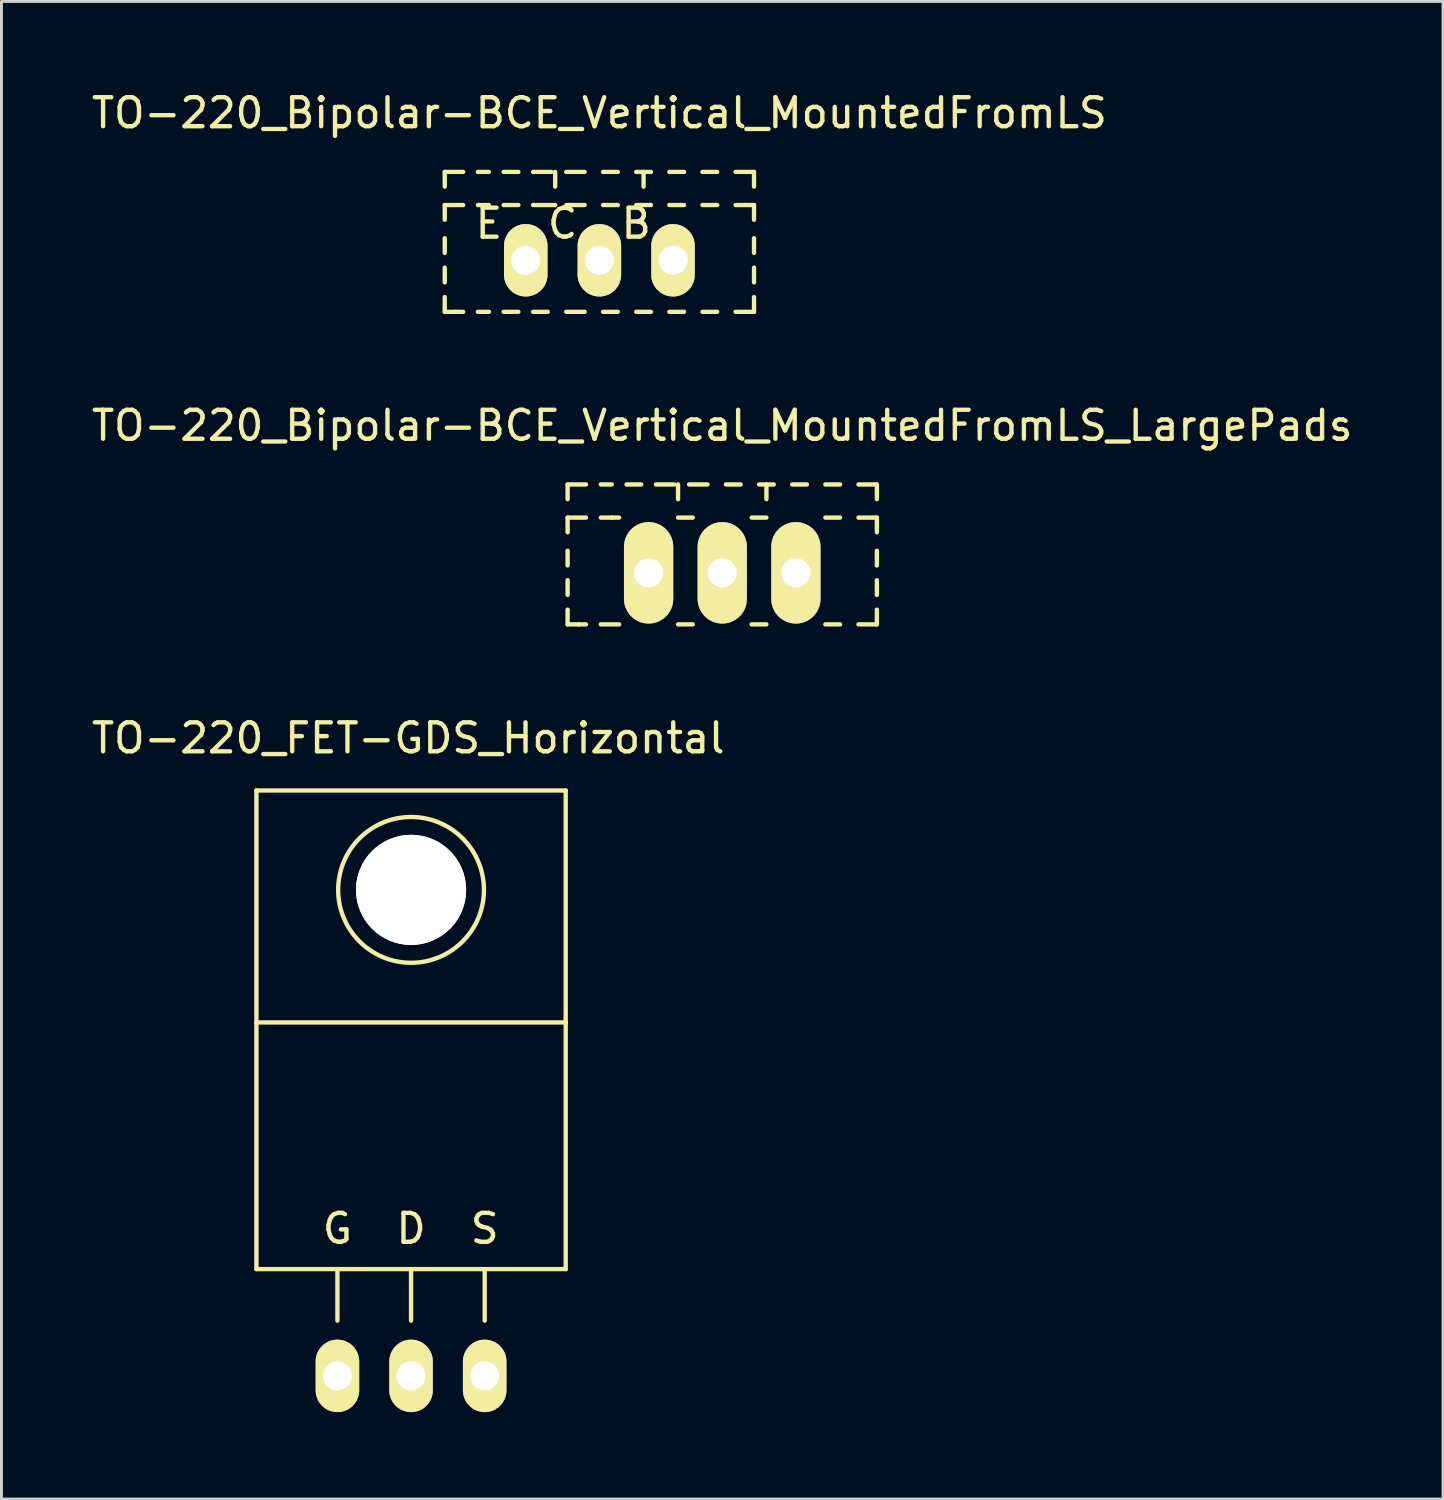
<source format=kicad_pcb>
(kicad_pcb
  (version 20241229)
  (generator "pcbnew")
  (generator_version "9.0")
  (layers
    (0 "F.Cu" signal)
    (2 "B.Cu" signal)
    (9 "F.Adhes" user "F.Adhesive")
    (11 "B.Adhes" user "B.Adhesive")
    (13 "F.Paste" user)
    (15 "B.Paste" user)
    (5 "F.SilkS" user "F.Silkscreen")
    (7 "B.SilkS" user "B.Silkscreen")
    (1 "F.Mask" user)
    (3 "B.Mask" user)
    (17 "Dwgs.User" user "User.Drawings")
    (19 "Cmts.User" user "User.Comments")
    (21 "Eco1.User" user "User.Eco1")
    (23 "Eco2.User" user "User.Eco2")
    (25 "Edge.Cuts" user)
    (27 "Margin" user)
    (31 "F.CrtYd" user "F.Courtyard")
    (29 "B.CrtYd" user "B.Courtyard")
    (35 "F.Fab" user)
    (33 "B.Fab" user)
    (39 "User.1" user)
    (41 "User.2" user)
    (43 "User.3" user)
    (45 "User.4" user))
  (footprint "TO-220_Bipolar-BCE_Vertical_MountedFromLS_LargePads"
    (layer "F.Cu")
    (at 21.863 16.709)
    (property "Reference" "TO-220_Bipolar-BCE_Vertical_MountedFromLS_LargePads" (at 0 -5.08 0) (layer "F.SilkS") (effects (font (size 1 1) (thickness 0.15))))
    (attr through_hole)
    (fp_line (start -5.334 -3.048) (end -4.699 -3.048) (stroke (width 0.15) (type solid)) (layer "F.SilkS"))
    (fp_line (start -5.334 -2.54) (end -5.334 -3.048) (stroke (width 0.15) (type solid)) (layer "F.SilkS"))
    (fp_line (start -5.334 -1.397) (end -5.334 -1.905) (stroke (width 0.15) (type solid)) (layer "F.SilkS"))
    (fp_line (start -5.334 -0.254) (end -5.334 -0.762) (stroke (width 0.15) (type solid)) (layer "F.SilkS"))
    (fp_line (start -5.334 0.762) (end -5.334 0.254) (stroke (width 0.15) (type solid)) (layer "F.SilkS"))
    (fp_line (start -5.334 1.778) (end -5.334 1.27) (stroke (width 0.15) (type solid)) (layer "F.SilkS"))
    (fp_line (start -5.334 1.778) (end -4.953 1.778) (stroke (width 0.15) (type solid)) (layer "F.SilkS"))
    (fp_line (start -4.953 1.778) (end -4.699 1.778) (stroke (width 0.15) (type solid)) (layer "F.SilkS"))
    (fp_line (start -4.699 -1.905) (end -5.334 -1.905) (stroke (width 0.15) (type solid)) (layer "F.SilkS"))
    (fp_line (start -4.191 -3.048) (end -3.81 -3.048) (stroke (width 0.15) (type solid)) (layer "F.SilkS"))
    (fp_line (start -3.81 -1.905) (end -4.191 -1.905) (stroke (width 0.15) (type solid)) (layer "F.SilkS"))
    (fp_line (start -3.81 -1.905) (end -3.556 -1.905) (stroke (width 0.15) (type solid)) (layer "F.SilkS"))
    (fp_line (start -3.556 1.778) (end -4.191 1.778) (stroke (width 0.15) (type solid)) (layer "F.SilkS"))
    (fp_line (start -3.302 -3.048) (end -2.794 -3.048) (stroke (width 0.15) (type solid)) (layer "F.SilkS"))
    (fp_line (start -2.286 -3.048) (end -1.651 -3.048) (stroke (width 0.15) (type solid)) (layer "F.SilkS"))
    (fp_line (start -1.524 -3.048) (end -1.524 -2.54) (stroke (width 0.15) (type solid)) (layer "F.SilkS"))
    (fp_line (start -1.524 -1.905) (end -1.016 -1.905) (stroke (width 0.15) (type solid)) (layer "F.SilkS"))
    (fp_line (start -1.143 -3.048) (end -0.508 -3.048) (stroke (width 0.15) (type solid)) (layer "F.SilkS"))
    (fp_line (start -1.016 1.778) (end -1.524 1.778) (stroke (width 0.15) (type solid)) (layer "F.SilkS"))
    (fp_line (start 0.127 -3.048) (end 0.635 -3.048) (stroke (width 0.15) (type solid)) (layer "F.SilkS"))
    (fp_line (start 1.016 -1.905) (end 1.524 -1.905) (stroke (width 0.15) (type solid)) (layer "F.SilkS"))
    (fp_line (start 1.27 -3.048) (end 1.778 -3.048) (stroke (width 0.15) (type solid)) (layer "F.SilkS"))
    (fp_line (start 1.524 -3.048) (end 1.524 -2.54) (stroke (width 0.15) (type solid)) (layer "F.SilkS"))
    (fp_line (start 1.524 1.778) (end 1.016 1.778) (stroke (width 0.15) (type solid)) (layer "F.SilkS"))
    (fp_line (start 2.413 -3.048) (end 2.921 -3.048) (stroke (width 0.15) (type solid)) (layer "F.SilkS"))
    (fp_line (start 3.556 -3.048) (end 4.064 -3.048) (stroke (width 0.15) (type solid)) (layer "F.SilkS"))
    (fp_line (start 3.556 -1.905) (end 4.064 -1.905) (stroke (width 0.15) (type solid)) (layer "F.SilkS"))
    (fp_line (start 3.556 1.778) (end 4.064 1.778) (stroke (width 0.15) (type solid)) (layer "F.SilkS"))
    (fp_line (start 4.699 -3.048) (end 5.334 -3.048) (stroke (width 0.15) (type solid)) (layer "F.SilkS"))
    (fp_line (start 4.699 -1.905) (end 5.334 -1.905) (stroke (width 0.15) (type solid)) (layer "F.SilkS"))
    (fp_line (start 4.699 1.778) (end 5.334 1.778) (stroke (width 0.15) (type solid)) (layer "F.SilkS"))
    (fp_line (start 5.334 -3.048) (end 5.334 -2.54) (stroke (width 0.15) (type solid)) (layer "F.SilkS"))
    (fp_line (start 5.334 -1.905) (end 5.334 -1.397) (stroke (width 0.15) (type solid)) (layer "F.SilkS"))
    (fp_line (start 5.334 -0.762) (end 5.334 -0.254) (stroke (width 0.15) (type solid)) (layer "F.SilkS"))
    (fp_line (start 5.334 0.254) (end 5.334 0.762) (stroke (width 0.15) (type solid)) (layer "F.SilkS"))
    (fp_line (start 5.334 1.27) (end 5.334 1.778) (stroke (width 0.15) (type solid)) (layer "F.SilkS"))
    (pad "B" thru_hole oval (at 2.54 0 90) (size 3.5 1.699) (drill 1.001) (layers "*.Cu" "*.Mask" "F.SilkS"))
    (pad "C" thru_hole oval (at 0 0 90) (size 3.5 1.699) (drill 1.001) (layers "*.Cu" "*.Mask" "F.SilkS"))
    (pad "E" thru_hole oval (at -2.54 0 90) (size 3.5 1.699) (drill 1.001) (layers "*.Cu" "*.Mask" "F.SilkS")))
  (footprint "TO-220_Bipolar-BCE_Vertical_MountedFromLS"
    (layer "F.Cu")
    (at 17.625 5.928)
    (property "Reference" "TO-220_Bipolar-BCE_Vertical_MountedFromLS" (at 0 -5.08 0) (layer "F.SilkS") (effects (font (size 1 1) (thickness 0.15))))
    (attr through_hole)
    (fp_line (start -5.334 -3.048) (end -4.699 -3.048) (stroke (width 0.15) (type solid)) (layer "F.SilkS"))
    (fp_line (start -5.334 -2.54) (end -5.334 -3.048) (stroke (width 0.15) (type solid)) (layer "F.SilkS"))
    (fp_line (start -5.334 -1.397) (end -5.334 -1.905) (stroke (width 0.15) (type solid)) (layer "F.SilkS"))
    (fp_line (start -5.334 -0.254) (end -5.334 -0.762) (stroke (width 0.15) (type solid)) (layer "F.SilkS"))
    (fp_line (start -5.334 0.762) (end -5.334 0.254) (stroke (width 0.15) (type solid)) (layer "F.SilkS"))
    (fp_line (start -5.334 1.778) (end -5.334 1.27) (stroke (width 0.15) (type solid)) (layer "F.SilkS"))
    (fp_line (start -5.334 1.778) (end -4.953 1.778) (stroke (width 0.15) (type solid)) (layer "F.SilkS"))
    (fp_line (start -4.953 1.778) (end -4.699 1.778) (stroke (width 0.15) (type solid)) (layer "F.SilkS"))
    (fp_line (start -4.699 -1.905) (end -5.334 -1.905) (stroke (width 0.15) (type solid)) (layer "F.SilkS"))
    (fp_line (start -4.191 -3.048) (end -3.81 -3.048) (stroke (width 0.15) (type solid)) (layer "F.SilkS"))
    (fp_line (start -4.191 1.778) (end -3.81 1.778) (stroke (width 0.15) (type solid)) (layer "F.SilkS"))
    (fp_line (start -3.81 -1.905) (end -4.191 -1.905) (stroke (width 0.15) (type solid)) (layer "F.SilkS"))
    (fp_line (start -3.302 -3.048) (end -2.794 -3.048) (stroke (width 0.15) (type solid)) (layer "F.SilkS"))
    (fp_line (start -3.302 1.778) (end -2.794 1.778) (stroke (width 0.15) (type solid)) (layer "F.SilkS"))
    (fp_line (start -2.794 -1.905) (end -3.302 -1.905) (stroke (width 0.15) (type solid)) (layer "F.SilkS"))
    (fp_line (start -2.286 -3.048) (end -1.651 -3.048) (stroke (width 0.15) (type solid)) (layer "F.SilkS"))
    (fp_line (start -2.286 1.778) (end -1.778 1.778) (stroke (width 0.15) (type solid)) (layer "F.SilkS"))
    (fp_line (start -1.524 -3.048) (end -1.524 -2.54) (stroke (width 0.15) (type solid)) (layer "F.SilkS"))
    (fp_line (start -1.524 -1.905) (end -2.286 -1.905) (stroke (width 0.15) (type solid)) (layer "F.SilkS"))
    (fp_line (start -1.143 -3.048) (end -0.508 -3.048) (stroke (width 0.15) (type solid)) (layer "F.SilkS"))
    (fp_line (start -1.143 -1.905) (end -0.508 -1.905) (stroke (width 0.15) (type solid)) (layer "F.SilkS"))
    (fp_line (start -1.143 1.778) (end -0.508 1.778) (stroke (width 0.15) (type solid)) (layer "F.SilkS"))
    (fp_line (start 0.127 -3.048) (end 0.635 -3.048) (stroke (width 0.15) (type solid)) (layer "F.SilkS"))
    (fp_line (start 0.127 -1.905) (end 0.635 -1.905) (stroke (width 0.15) (type solid)) (layer "F.SilkS"))
    (fp_line (start 0.127 1.778) (end 0.635 1.778) (stroke (width 0.15) (type solid)) (layer "F.SilkS"))
    (fp_line (start 1.27 -3.048) (end 1.778 -3.048) (stroke (width 0.15) (type solid)) (layer "F.SilkS"))
    (fp_line (start 1.27 -1.905) (end 1.778 -1.905) (stroke (width 0.15) (type solid)) (layer "F.SilkS"))
    (fp_line (start 1.27 1.778) (end 1.778 1.778) (stroke (width 0.15) (type solid)) (layer "F.SilkS"))
    (fp_line (start 1.524 -3.048) (end 1.524 -2.54) (stroke (width 0.15) (type solid)) (layer "F.SilkS"))
    (fp_line (start 2.413 -3.048) (end 2.921 -3.048) (stroke (width 0.15) (type solid)) (layer "F.SilkS"))
    (fp_line (start 2.413 -1.905) (end 2.921 -1.905) (stroke (width 0.15) (type solid)) (layer "F.SilkS"))
    (fp_line (start 2.413 1.778) (end 2.921 1.778) (stroke (width 0.15) (type solid)) (layer "F.SilkS"))
    (fp_line (start 3.556 -3.048) (end 4.064 -3.048) (stroke (width 0.15) (type solid)) (layer "F.SilkS"))
    (fp_line (start 3.556 -1.905) (end 4.064 -1.905) (stroke (width 0.15) (type solid)) (layer "F.SilkS"))
    (fp_line (start 3.556 1.778) (end 4.064 1.778) (stroke (width 0.15) (type solid)) (layer "F.SilkS"))
    (fp_line (start 4.699 -3.048) (end 5.334 -3.048) (stroke (width 0.15) (type solid)) (layer "F.SilkS"))
    (fp_line (start 4.699 -1.905) (end 5.334 -1.905) (stroke (width 0.15) (type solid)) (layer "F.SilkS"))
    (fp_line (start 4.699 1.778) (end 5.334 1.778) (stroke (width 0.15) (type solid)) (layer "F.SilkS"))
    (fp_line (start 5.334 -3.048) (end 5.334 -2.54) (stroke (width 0.15) (type solid)) (layer "F.SilkS"))
    (fp_line (start 5.334 -1.905) (end 5.334 -1.397) (stroke (width 0.15) (type solid)) (layer "F.SilkS"))
    (fp_line (start 5.334 -0.762) (end 5.334 -0.254) (stroke (width 0.15) (type solid)) (layer "F.SilkS"))
    (fp_line (start 5.334 0.254) (end 5.334 0.762) (stroke (width 0.15) (type solid)) (layer "F.SilkS"))
    (fp_line (start 5.334 1.27) (end 5.334 1.778) (stroke (width 0.15) (type solid)) (layer "F.SilkS"))
    (fp_text user "C" (at -1.27 -1.27 0) (layer "F.SilkS") (effects (font (size 1 1) (thickness 0.15))))
    (fp_text user "E" (at -3.81 -1.27 0) (layer "F.SilkS") (effects (font (size 1 1) (thickness 0.15))))
    (fp_text user "B" (at 1.27 -1.27 0) (layer "F.SilkS") (effects (font (size 1 1) (thickness 0.15))))
    (pad "B" thru_hole oval (at 2.54 0 90) (size 2.499 1.501) (drill 1.001) (layers "*.Cu" "*.Mask" "F.SilkS"))
    (pad "C" thru_hole oval (at 0 0 90) (size 2.499 1.501) (drill 1.001) (layers "*.Cu" "*.Mask" "F.SilkS"))
    (pad "E" thru_hole oval (at -2.54 0 90) (size 2.499 1.501) (drill 1.001) (layers "*.Cu" "*.Mask" "F.SilkS")))
  (footprint "TO-220_FET-GDS_Horizontal"
    (layer "F.Cu")
    (at 11.129 44.41)
    (property "Reference" "TO-220_FET-GDS_Horizontal" (at -0.099 -21.999 0) (layer "F.SilkS") (effects (font (size 1 1) (thickness 0.15))))
    (attr through_hole)
    (fp_line (start -5.334 -20.193) (end -5.334 -12.192) (stroke (width 0.15) (type solid)) (layer "F.SilkS"))
    (fp_line (start -5.334 -12.192) (end -5.334 -3.683) (stroke (width 0.15) (type solid)) (layer "F.SilkS"))
    (fp_line (start -2.54 -3.683) (end -2.54 -1.905) (stroke (width 0.15) (type solid)) (layer "F.SilkS"))
    (fp_line (start 0 -3.683) (end -5.334 -3.683) (stroke (width 0.15) (type solid)) (layer "F.SilkS"))
    (fp_line (start 0 -3.683) (end 0 -1.905) (stroke (width 0.15) (type solid)) (layer "F.SilkS"))
    (fp_line (start 0 -3.683) (end 5.334 -3.683) (stroke (width 0.15) (type solid)) (layer "F.SilkS"))
    (fp_line (start 2.54 -3.683) (end 2.54 -1.905) (stroke (width 0.15) (type solid)) (layer "F.SilkS"))
    (fp_line (start 5.334 -20.193) (end -5.334 -20.193) (stroke (width 0.15) (type solid)) (layer "F.SilkS"))
    (fp_line (start 5.334 -12.192) (end -5.334 -12.192) (stroke (width 0.15) (type solid)) (layer "F.SilkS"))
    (fp_line (start 5.334 -12.192) (end 5.334 -20.193) (stroke (width 0.15) (type solid)) (layer "F.SilkS"))
    (fp_line (start 5.334 -3.683) (end 5.334 -12.192) (stroke (width 0.15) (type solid)) (layer "F.SilkS"))
    (fp_circle (center 0 -16.764) (end 1.778 -14.986) (stroke (width 0.15) (type solid)) (fill no) (layer "F.SilkS"))
    (fp_text user "G" (at -2.54 -5.08 0) (layer "F.SilkS") (effects (font (size 1 1) (thickness 0.15))))
    (fp_text user "S" (at 2.54 -5.08 0) (layer "F.SilkS") (effects (font (size 1 1) (thickness 0.15))))
    (fp_text user "D" (at 0 -5.08 0) (layer "F.SilkS") (effects (font (size 1 1) (thickness 0.15))))
    (pad "" np_thru_hole circle (at 0 -16.764 90) (size 3.8 3.8) (drill 3.8) (layers "*.Cu" "*.Mask" "F.SilkS"))
    (pad "D" thru_hole oval (at 0 0 90) (size 2.499 1.501) (drill 1.001) (layers "*.Cu" "*.Mask" "F.SilkS"))
    (pad "G" thru_hole oval (at -2.54 0 90) (size 2.499 1.501) (drill 1.001) (layers "*.Cu" "*.Mask" "F.SilkS"))
    (pad "S" thru_hole oval (at 2.54 0 90) (size 2.499 1.501) (drill 1.001) (layers "*.Cu" "*.Mask" "F.SilkS")))
  (gr_rect
    (start -3 -3)
    (end 46.726 48.659)
    (stroke (width 0.1) (type default))
    (fill no)
    (layer "Edge.Cuts")))
</source>
